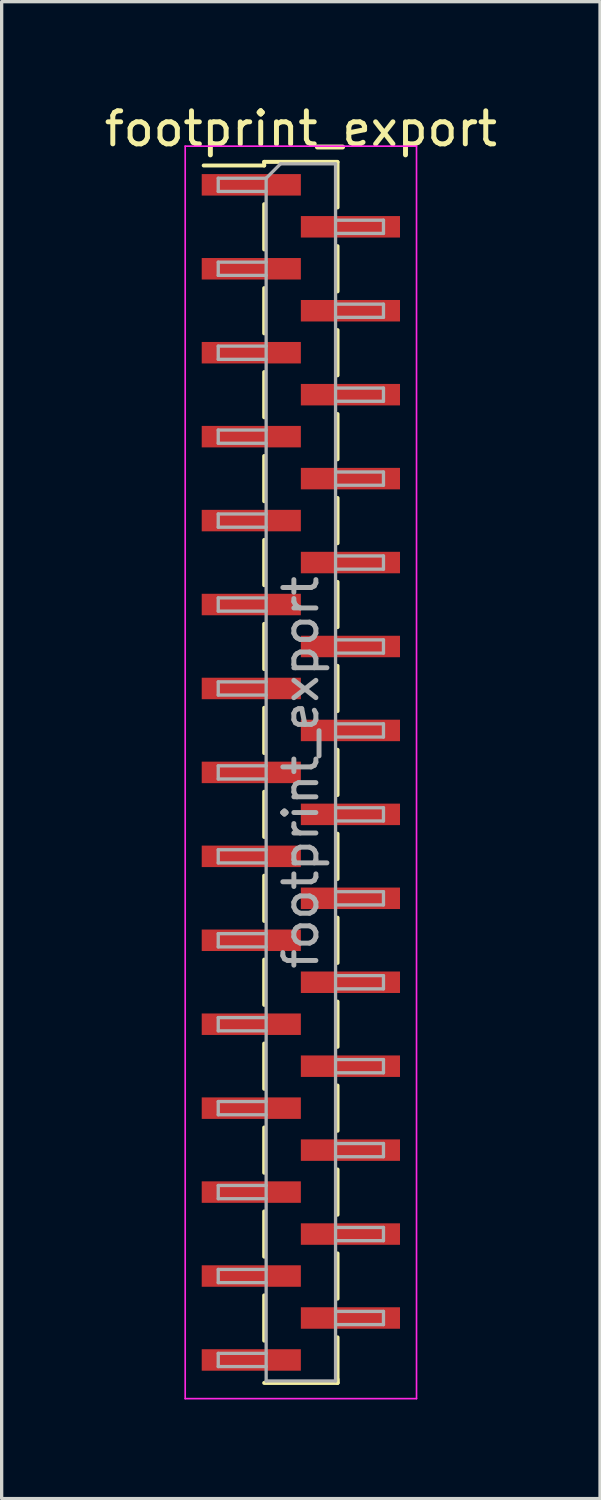
<source format=kicad_pcb>
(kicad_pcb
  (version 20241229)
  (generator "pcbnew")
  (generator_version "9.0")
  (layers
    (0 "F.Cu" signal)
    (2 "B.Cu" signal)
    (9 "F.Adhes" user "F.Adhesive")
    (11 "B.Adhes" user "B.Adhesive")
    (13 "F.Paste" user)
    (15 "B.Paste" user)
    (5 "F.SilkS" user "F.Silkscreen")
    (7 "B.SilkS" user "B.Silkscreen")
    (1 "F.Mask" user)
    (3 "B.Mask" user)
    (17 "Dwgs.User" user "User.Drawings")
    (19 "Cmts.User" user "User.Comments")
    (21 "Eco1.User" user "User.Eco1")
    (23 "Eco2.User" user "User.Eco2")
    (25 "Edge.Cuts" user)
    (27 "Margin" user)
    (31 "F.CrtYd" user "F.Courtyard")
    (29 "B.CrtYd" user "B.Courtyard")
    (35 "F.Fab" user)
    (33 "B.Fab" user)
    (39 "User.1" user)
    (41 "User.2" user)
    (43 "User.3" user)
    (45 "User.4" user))
  (footprint "footprint_export"
    (layer "F.Cu")
    (at 6.054 20.323)
    (property "Reference" "footprint_export" (at 0 -19.475 0) (layer "F.SilkS") (effects (font (size 1 1) (thickness 0.15))))
    (attr smd)
    (fp_line (start -1.11 -18.475) (end -1.11 -18.365) (stroke (width 0.12) (type solid)) (layer "F.SilkS"))
    (fp_line (start -1.11 -18.475) (end 1.11 -18.475) (stroke (width 0.12) (type solid)) (layer "F.SilkS"))
    (fp_line (start -1.11 -18.365) (end -2.94 -18.365) (stroke (width 0.12) (type solid)) (layer "F.SilkS"))
    (fp_line (start -1.11 -17.195) (end -1.11 -15.825) (stroke (width 0.12) (type solid)) (layer "F.SilkS"))
    (fp_line (start -1.11 -14.655) (end -1.11 -13.285) (stroke (width 0.12) (type solid)) (layer "F.SilkS"))
    (fp_line (start -1.11 -12.115) (end -1.11 -10.745) (stroke (width 0.12) (type solid)) (layer "F.SilkS"))
    (fp_line (start -1.11 -9.575) (end -1.11 -8.205) (stroke (width 0.12) (type solid)) (layer "F.SilkS"))
    (fp_line (start -1.11 -7.035) (end -1.11 -5.665) (stroke (width 0.12) (type solid)) (layer "F.SilkS"))
    (fp_line (start -1.11 -4.495) (end -1.11 -3.125) (stroke (width 0.12) (type solid)) (layer "F.SilkS"))
    (fp_line (start -1.11 -1.955) (end -1.11 -0.585) (stroke (width 0.12) (type solid)) (layer "F.SilkS"))
    (fp_line (start -1.11 0.585) (end -1.11 1.955) (stroke (width 0.12) (type solid)) (layer "F.SilkS"))
    (fp_line (start -1.11 3.125) (end -1.11 4.495) (stroke (width 0.12) (type solid)) (layer "F.SilkS"))
    (fp_line (start -1.11 5.665) (end -1.11 7.035) (stroke (width 0.12) (type solid)) (layer "F.SilkS"))
    (fp_line (start -1.11 8.205) (end -1.11 9.575) (stroke (width 0.12) (type solid)) (layer "F.SilkS"))
    (fp_line (start -1.11 10.745) (end -1.11 12.115) (stroke (width 0.12) (type solid)) (layer "F.SilkS"))
    (fp_line (start -1.11 13.285) (end -1.11 14.655) (stroke (width 0.12) (type solid)) (layer "F.SilkS"))
    (fp_line (start -1.11 15.825) (end -1.11 17.195) (stroke (width 0.12) (type solid)) (layer "F.SilkS"))
    (fp_line (start -1.11 18.475) (end 1.11 18.475) (stroke (width 0.12) (type solid)) (layer "F.SilkS"))
    (fp_line (start 1.11 -18.465) (end 1.11 -17.095) (stroke (width 0.12) (type solid)) (layer "F.SilkS"))
    (fp_line (start 1.11 -15.925) (end 1.11 -14.555) (stroke (width 0.12) (type solid)) (layer "F.SilkS"))
    (fp_line (start 1.11 -13.385) (end 1.11 -12.015) (stroke (width 0.12) (type solid)) (layer "F.SilkS"))
    (fp_line (start 1.11 -10.845) (end 1.11 -9.475) (stroke (width 0.12) (type solid)) (layer "F.SilkS"))
    (fp_line (start 1.11 -8.305) (end 1.11 -6.935) (stroke (width 0.12) (type solid)) (layer "F.SilkS"))
    (fp_line (start 1.11 -5.765) (end 1.11 -4.395) (stroke (width 0.12) (type solid)) (layer "F.SilkS"))
    (fp_line (start 1.11 -3.225) (end 1.11 -1.855) (stroke (width 0.12) (type solid)) (layer "F.SilkS"))
    (fp_line (start 1.11 -0.685) (end 1.11 0.685) (stroke (width 0.12) (type solid)) (layer "F.SilkS"))
    (fp_line (start 1.11 1.855) (end 1.11 3.225) (stroke (width 0.12) (type solid)) (layer "F.SilkS"))
    (fp_line (start 1.11 4.395) (end 1.11 5.765) (stroke (width 0.12) (type solid)) (layer "F.SilkS"))
    (fp_line (start 1.11 6.935) (end 1.11 8.305) (stroke (width 0.12) (type solid)) (layer "F.SilkS"))
    (fp_line (start 1.11 9.475) (end 1.11 10.845) (stroke (width 0.12) (type solid)) (layer "F.SilkS"))
    (fp_line (start 1.11 12.015) (end 1.11 13.385) (stroke (width 0.12) (type solid)) (layer "F.SilkS"))
    (fp_line (start 1.11 14.555) (end 1.11 15.925) (stroke (width 0.12) (type solid)) (layer "F.SilkS"))
    (fp_line (start 1.11 17.095) (end 1.11 18.465) (stroke (width 0.12) (type solid)) (layer "F.SilkS"))
    (fp_line (start 1.11 18.365) (end 1.11 18.475) (stroke (width 0.12) (type solid)) (layer "F.SilkS"))
    (fp_line (start -3.5 -18.95) (end -3.5 18.95) (stroke (width 0.05) (type solid)) (layer "F.CrtYd"))
    (fp_line (start -3.5 18.95) (end 3.5 18.95) (stroke (width 0.05) (type solid)) (layer "F.CrtYd"))
    (fp_line (start 3.5 -18.95) (end -3.5 -18.95) (stroke (width 0.05) (type solid)) (layer "F.CrtYd"))
    (fp_line (start 3.5 18.95) (end 3.5 -18.95) (stroke (width 0.05) (type solid)) (layer "F.CrtYd"))
    (fp_line (start -2.5 -17.98) (end -2.5 -17.58) (stroke (width 0.1) (type solid)) (layer "F.Fab"))
    (fp_line (start -2.5 -17.58) (end -1.05 -17.58) (stroke (width 0.1) (type solid)) (layer "F.Fab"))
    (fp_line (start -2.5 -15.44) (end -2.5 -15.04) (stroke (width 0.1) (type solid)) (layer "F.Fab"))
    (fp_line (start -2.5 -15.04) (end -1.05 -15.04) (stroke (width 0.1) (type solid)) (layer "F.Fab"))
    (fp_line (start -2.5 -12.9) (end -2.5 -12.5) (stroke (width 0.1) (type solid)) (layer "F.Fab"))
    (fp_line (start -2.5 -12.5) (end -1.05 -12.5) (stroke (width 0.1) (type solid)) (layer "F.Fab"))
    (fp_line (start -2.5 -10.36) (end -2.5 -9.96) (stroke (width 0.1) (type solid)) (layer "F.Fab"))
    (fp_line (start -2.5 -9.96) (end -1.05 -9.96) (stroke (width 0.1) (type solid)) (layer "F.Fab"))
    (fp_line (start -2.5 -7.82) (end -2.5 -7.42) (stroke (width 0.1) (type solid)) (layer "F.Fab"))
    (fp_line (start -2.5 -7.42) (end -1.05 -7.42) (stroke (width 0.1) (type solid)) (layer "F.Fab"))
    (fp_line (start -2.5 -5.28) (end -2.5 -4.88) (stroke (width 0.1) (type solid)) (layer "F.Fab"))
    (fp_line (start -2.5 -4.88) (end -1.05 -4.88) (stroke (width 0.1) (type solid)) (layer "F.Fab"))
    (fp_line (start -2.5 -2.74) (end -2.5 -2.34) (stroke (width 0.1) (type solid)) (layer "F.Fab"))
    (fp_line (start -2.5 -2.34) (end -1.05 -2.34) (stroke (width 0.1) (type solid)) (layer "F.Fab"))
    (fp_line (start -2.5 -0.2) (end -2.5 0.2) (stroke (width 0.1) (type solid)) (layer "F.Fab"))
    (fp_line (start -2.5 0.2) (end -1.05 0.2) (stroke (width 0.1) (type solid)) (layer "F.Fab"))
    (fp_line (start -2.5 2.34) (end -2.5 2.74) (stroke (width 0.1) (type solid)) (layer "F.Fab"))
    (fp_line (start -2.5 2.74) (end -1.05 2.74) (stroke (width 0.1) (type solid)) (layer "F.Fab"))
    (fp_line (start -2.5 4.88) (end -2.5 5.28) (stroke (width 0.1) (type solid)) (layer "F.Fab"))
    (fp_line (start -2.5 5.28) (end -1.05 5.28) (stroke (width 0.1) (type solid)) (layer "F.Fab"))
    (fp_line (start -2.5 7.42) (end -2.5 7.82) (stroke (width 0.1) (type solid)) (layer "F.Fab"))
    (fp_line (start -2.5 7.82) (end -1.05 7.82) (stroke (width 0.1) (type solid)) (layer "F.Fab"))
    (fp_line (start -2.5 9.96) (end -2.5 10.36) (stroke (width 0.1) (type solid)) (layer "F.Fab"))
    (fp_line (start -2.5 10.36) (end -1.05 10.36) (stroke (width 0.1) (type solid)) (layer "F.Fab"))
    (fp_line (start -2.5 12.5) (end -2.5 12.9) (stroke (width 0.1) (type solid)) (layer "F.Fab"))
    (fp_line (start -2.5 12.9) (end -1.05 12.9) (stroke (width 0.1) (type solid)) (layer "F.Fab"))
    (fp_line (start -2.5 15.04) (end -2.5 15.44) (stroke (width 0.1) (type solid)) (layer "F.Fab"))
    (fp_line (start -2.5 15.44) (end -1.05 15.44) (stroke (width 0.1) (type solid)) (layer "F.Fab"))
    (fp_line (start -2.5 17.58) (end -2.5 17.98) (stroke (width 0.1) (type solid)) (layer "F.Fab"))
    (fp_line (start -2.5 17.98) (end -1.05 17.98) (stroke (width 0.1) (type solid)) (layer "F.Fab"))
    (fp_line (start -1.05 -17.98) (end -2.5 -17.98) (stroke (width 0.1) (type solid)) (layer "F.Fab"))
    (fp_line (start -1.05 -17.98) (end -0.615 -18.415) (stroke (width 0.1) (type solid)) (layer "F.Fab"))
    (fp_line (start -1.05 -15.44) (end -2.5 -15.44) (stroke (width 0.1) (type solid)) (layer "F.Fab"))
    (fp_line (start -1.05 -12.9) (end -2.5 -12.9) (stroke (width 0.1) (type solid)) (layer "F.Fab"))
    (fp_line (start -1.05 -10.36) (end -2.5 -10.36) (stroke (width 0.1) (type solid)) (layer "F.Fab"))
    (fp_line (start -1.05 -7.82) (end -2.5 -7.82) (stroke (width 0.1) (type solid)) (layer "F.Fab"))
    (fp_line (start -1.05 -5.28) (end -2.5 -5.28) (stroke (width 0.1) (type solid)) (layer "F.Fab"))
    (fp_line (start -1.05 -2.74) (end -2.5 -2.74) (stroke (width 0.1) (type solid)) (layer "F.Fab"))
    (fp_line (start -1.05 -0.2) (end -2.5 -0.2) (stroke (width 0.1) (type solid)) (layer "F.Fab"))
    (fp_line (start -1.05 2.34) (end -2.5 2.34) (stroke (width 0.1) (type solid)) (layer "F.Fab"))
    (fp_line (start -1.05 4.88) (end -2.5 4.88) (stroke (width 0.1) (type solid)) (layer "F.Fab"))
    (fp_line (start -1.05 7.42) (end -2.5 7.42) (stroke (width 0.1) (type solid)) (layer "F.Fab"))
    (fp_line (start -1.05 9.96) (end -2.5 9.96) (stroke (width 0.1) (type solid)) (layer "F.Fab"))
    (fp_line (start -1.05 12.5) (end -2.5 12.5) (stroke (width 0.1) (type solid)) (layer "F.Fab"))
    (fp_line (start -1.05 15.04) (end -2.5 15.04) (stroke (width 0.1) (type solid)) (layer "F.Fab"))
    (fp_line (start -1.05 17.58) (end -2.5 17.58) (stroke (width 0.1) (type solid)) (layer "F.Fab"))
    (fp_line (start -1.05 18.415) (end -1.05 -17.98) (stroke (width 0.1) (type solid)) (layer "F.Fab"))
    (fp_line (start -0.615 -18.415) (end 1.05 -18.415) (stroke (width 0.1) (type solid)) (layer "F.Fab"))
    (fp_line (start 1.05 -18.415) (end 1.05 18.415) (stroke (width 0.1) (type solid)) (layer "F.Fab"))
    (fp_line (start 1.05 -16.71) (end 2.5 -16.71) (stroke (width 0.1) (type solid)) (layer "F.Fab"))
    (fp_line (start 1.05 -14.17) (end 2.5 -14.17) (stroke (width 0.1) (type solid)) (layer "F.Fab"))
    (fp_line (start 1.05 -11.63) (end 2.5 -11.63) (stroke (width 0.1) (type solid)) (layer "F.Fab"))
    (fp_line (start 1.05 -9.09) (end 2.5 -9.09) (stroke (width 0.1) (type solid)) (layer "F.Fab"))
    (fp_line (start 1.05 -6.55) (end 2.5 -6.55) (stroke (width 0.1) (type solid)) (layer "F.Fab"))
    (fp_line (start 1.05 -4.01) (end 2.5 -4.01) (stroke (width 0.1) (type solid)) (layer "F.Fab"))
    (fp_line (start 1.05 -1.47) (end 2.5 -1.47) (stroke (width 0.1) (type solid)) (layer "F.Fab"))
    (fp_line (start 1.05 1.07) (end 2.5 1.07) (stroke (width 0.1) (type solid)) (layer "F.Fab"))
    (fp_line (start 1.05 3.61) (end 2.5 3.61) (stroke (width 0.1) (type solid)) (layer "F.Fab"))
    (fp_line (start 1.05 6.15) (end 2.5 6.15) (stroke (width 0.1) (type solid)) (layer "F.Fab"))
    (fp_line (start 1.05 8.69) (end 2.5 8.69) (stroke (width 0.1) (type solid)) (layer "F.Fab"))
    (fp_line (start 1.05 11.23) (end 2.5 11.23) (stroke (width 0.1) (type solid)) (layer "F.Fab"))
    (fp_line (start 1.05 13.77) (end 2.5 13.77) (stroke (width 0.1) (type solid)) (layer "F.Fab"))
    (fp_line (start 1.05 16.31) (end 2.5 16.31) (stroke (width 0.1) (type solid)) (layer "F.Fab"))
    (fp_line (start 1.05 18.415) (end -1.05 18.415) (stroke (width 0.1) (type solid)) (layer "F.Fab"))
    (fp_line (start 2.5 -16.71) (end 2.5 -16.31) (stroke (width 0.1) (type solid)) (layer "F.Fab"))
    (fp_line (start 2.5 -16.31) (end 1.05 -16.31) (stroke (width 0.1) (type solid)) (layer "F.Fab"))
    (fp_line (start 2.5 -14.17) (end 2.5 -13.77) (stroke (width 0.1) (type solid)) (layer "F.Fab"))
    (fp_line (start 2.5 -13.77) (end 1.05 -13.77) (stroke (width 0.1) (type solid)) (layer "F.Fab"))
    (fp_line (start 2.5 -11.63) (end 2.5 -11.23) (stroke (width 0.1) (type solid)) (layer "F.Fab"))
    (fp_line (start 2.5 -11.23) (end 1.05 -11.23) (stroke (width 0.1) (type solid)) (layer "F.Fab"))
    (fp_line (start 2.5 -9.09) (end 2.5 -8.69) (stroke (width 0.1) (type solid)) (layer "F.Fab"))
    (fp_line (start 2.5 -8.69) (end 1.05 -8.69) (stroke (width 0.1) (type solid)) (layer "F.Fab"))
    (fp_line (start 2.5 -6.55) (end 2.5 -6.15) (stroke (width 0.1) (type solid)) (layer "F.Fab"))
    (fp_line (start 2.5 -6.15) (end 1.05 -6.15) (stroke (width 0.1) (type solid)) (layer "F.Fab"))
    (fp_line (start 2.5 -4.01) (end 2.5 -3.61) (stroke (width 0.1) (type solid)) (layer "F.Fab"))
    (fp_line (start 2.5 -3.61) (end 1.05 -3.61) (stroke (width 0.1) (type solid)) (layer "F.Fab"))
    (fp_line (start 2.5 -1.47) (end 2.5 -1.07) (stroke (width 0.1) (type solid)) (layer "F.Fab"))
    (fp_line (start 2.5 -1.07) (end 1.05 -1.07) (stroke (width 0.1) (type solid)) (layer "F.Fab"))
    (fp_line (start 2.5 1.07) (end 2.5 1.47) (stroke (width 0.1) (type solid)) (layer "F.Fab"))
    (fp_line (start 2.5 1.47) (end 1.05 1.47) (stroke (width 0.1) (type solid)) (layer "F.Fab"))
    (fp_line (start 2.5 3.61) (end 2.5 4.01) (stroke (width 0.1) (type solid)) (layer "F.Fab"))
    (fp_line (start 2.5 4.01) (end 1.05 4.01) (stroke (width 0.1) (type solid)) (layer "F.Fab"))
    (fp_line (start 2.5 6.15) (end 2.5 6.55) (stroke (width 0.1) (type solid)) (layer "F.Fab"))
    (fp_line (start 2.5 6.55) (end 1.05 6.55) (stroke (width 0.1) (type solid)) (layer "F.Fab"))
    (fp_line (start 2.5 8.69) (end 2.5 9.09) (stroke (width 0.1) (type solid)) (layer "F.Fab"))
    (fp_line (start 2.5 9.09) (end 1.05 9.09) (stroke (width 0.1) (type solid)) (layer "F.Fab"))
    (fp_line (start 2.5 11.23) (end 2.5 11.63) (stroke (width 0.1) (type solid)) (layer "F.Fab"))
    (fp_line (start 2.5 11.63) (end 1.05 11.63) (stroke (width 0.1) (type solid)) (layer "F.Fab"))
    (fp_line (start 2.5 13.77) (end 2.5 14.17) (stroke (width 0.1) (type solid)) (layer "F.Fab"))
    (fp_line (start 2.5 14.17) (end 1.05 14.17) (stroke (width 0.1) (type solid)) (layer "F.Fab"))
    (fp_line (start 2.5 16.31) (end 2.5 16.71) (stroke (width 0.1) (type solid)) (layer "F.Fab"))
    (fp_line (start 2.5 16.71) (end 1.05 16.71) (stroke (width 0.1) (type solid)) (layer "F.Fab"))
    (fp_text user "${REFERENCE}" (at 0 0 90) (layer "F.Fab") (effects (font (size 1 1) (thickness 0.15))))
    (pad "1" smd rect (at -1.5 -17.78) (size 3 0.65) (layers "F.Cu" "F.Mask" "F.Paste"))
    (pad "2" smd rect (at 1.5 -16.51) (size 3 0.65) (layers "F.Cu" "F.Mask" "F.Paste"))
    (pad "3" smd rect (at -1.5 -15.24) (size 3 0.65) (layers "F.Cu" "F.Mask" "F.Paste"))
    (pad "4" smd rect (at 1.5 -13.97) (size 3 0.65) (layers "F.Cu" "F.Mask" "F.Paste"))
    (pad "5" smd rect (at -1.5 -12.7) (size 3 0.65) (layers "F.Cu" "F.Mask" "F.Paste"))
    (pad "6" smd rect (at 1.5 -11.43) (size 3 0.65) (layers "F.Cu" "F.Mask" "F.Paste"))
    (pad "7" smd rect (at -1.5 -10.16) (size 3 0.65) (layers "F.Cu" "F.Mask" "F.Paste"))
    (pad "8" smd rect (at 1.5 -8.89) (size 3 0.65) (layers "F.Cu" "F.Mask" "F.Paste"))
    (pad "9" smd rect (at -1.5 -7.62) (size 3 0.65) (layers "F.Cu" "F.Mask" "F.Paste"))
    (pad "10" smd rect (at 1.5 -6.35) (size 3 0.65) (layers "F.Cu" "F.Mask" "F.Paste"))
    (pad "11" smd rect (at -1.5 -5.08) (size 3 0.65) (layers "F.Cu" "F.Mask" "F.Paste"))
    (pad "12" smd rect (at 1.5 -3.81) (size 3 0.65) (layers "F.Cu" "F.Mask" "F.Paste"))
    (pad "13" smd rect (at -1.5 -2.54) (size 3 0.65) (layers "F.Cu" "F.Mask" "F.Paste"))
    (pad "14" smd rect (at 1.5 -1.27) (size 3 0.65) (layers "F.Cu" "F.Mask" "F.Paste"))
    (pad "15" smd rect (at -1.5 0) (size 3 0.65) (layers "F.Cu" "F.Mask" "F.Paste"))
    (pad "16" smd rect (at 1.5 1.27) (size 3 0.65) (layers "F.Cu" "F.Mask" "F.Paste"))
    (pad "17" smd rect (at -1.5 2.54) (size 3 0.65) (layers "F.Cu" "F.Mask" "F.Paste"))
    (pad "18" smd rect (at 1.5 3.81) (size 3 0.65) (layers "F.Cu" "F.Mask" "F.Paste"))
    (pad "19" smd rect (at -1.5 5.08) (size 3 0.65) (layers "F.Cu" "F.Mask" "F.Paste"))
    (pad "20" smd rect (at 1.5 6.35) (size 3 0.65) (layers "F.Cu" "F.Mask" "F.Paste"))
    (pad "21" smd rect (at -1.5 7.62) (size 3 0.65) (layers "F.Cu" "F.Mask" "F.Paste"))
    (pad "22" smd rect (at 1.5 8.89) (size 3 0.65) (layers "F.Cu" "F.Mask" "F.Paste"))
    (pad "23" smd rect (at -1.5 10.16) (size 3 0.65) (layers "F.Cu" "F.Mask" "F.Paste"))
    (pad "24" smd rect (at 1.5 11.43) (size 3 0.65) (layers "F.Cu" "F.Mask" "F.Paste"))
    (pad "25" smd rect (at -1.5 12.7) (size 3 0.65) (layers "F.Cu" "F.Mask" "F.Paste"))
    (pad "26" smd rect (at 1.5 13.97) (size 3 0.65) (layers "F.Cu" "F.Mask" "F.Paste"))
    (pad "27" smd rect (at -1.5 15.24) (size 3 0.65) (layers "F.Cu" "F.Mask" "F.Paste"))
    (pad "28" smd rect (at 1.5 16.51) (size 3 0.65) (layers "F.Cu" "F.Mask" "F.Paste"))
    (pad "29" smd rect (at -1.5 17.78) (size 3 0.65) (layers "F.Cu" "F.Mask" "F.Paste")))
  (gr_rect
    (start -3 -3)
    (end 15.107 42.298)
    (stroke (width 0.1) (type default))
    (fill no)
    (layer "Edge.Cuts")))
</source>
